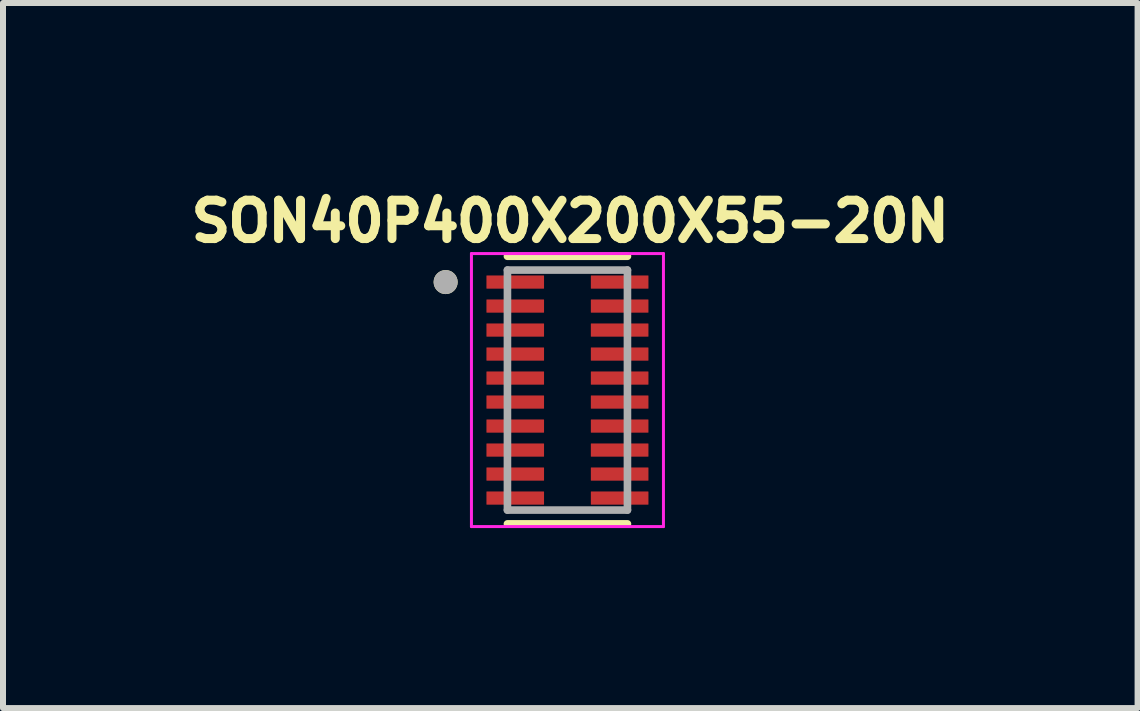
<source format=kicad_pcb>
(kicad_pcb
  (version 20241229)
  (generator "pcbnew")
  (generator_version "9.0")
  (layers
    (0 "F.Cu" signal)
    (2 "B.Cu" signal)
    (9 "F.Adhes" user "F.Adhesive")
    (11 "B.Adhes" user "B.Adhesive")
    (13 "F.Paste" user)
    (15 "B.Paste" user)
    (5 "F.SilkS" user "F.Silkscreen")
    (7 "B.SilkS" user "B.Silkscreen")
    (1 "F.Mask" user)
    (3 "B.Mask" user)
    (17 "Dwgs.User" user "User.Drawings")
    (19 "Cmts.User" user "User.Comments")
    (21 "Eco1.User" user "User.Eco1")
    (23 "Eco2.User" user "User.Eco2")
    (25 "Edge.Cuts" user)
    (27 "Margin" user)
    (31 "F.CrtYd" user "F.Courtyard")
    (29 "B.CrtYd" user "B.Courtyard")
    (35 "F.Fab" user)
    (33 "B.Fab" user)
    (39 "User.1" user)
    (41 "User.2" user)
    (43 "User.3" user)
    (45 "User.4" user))
  (footprint "SON40P400X200X55-20N"
    (layer "F.Cu")
    (at 6.407 3.451)
    (property "Reference" "SON40P400X200X55-20N" (at 0.047 -2.813 0) (layer "F.SilkS") (effects (font (size 0.64 0.64) (thickness 0.15))))
    (attr through_hole)
    (fp_line (start -1 -2.23) (end 1 -2.23) (stroke (width 0.127) (type solid)) (layer "F.SilkS"))
    (fp_line (start -1 2.23) (end 1 2.23) (stroke (width 0.127) (type solid)) (layer "F.SilkS"))
    (fp_circle (center -2.03 -1.8) (end -1.93 -1.8) (stroke (width 0.2) (type solid)) (fill no) (layer "F.SilkS"))
    (fp_line (start -1.6 -2.275) (end -1.6 2.275) (stroke (width 0.05) (type solid)) (layer "F.CrtYd"))
    (fp_line (start -1.6 -2.275) (end 1.6 -2.275) (stroke (width 0.05) (type solid)) (layer "F.CrtYd"))
    (fp_line (start -1.6 2.275) (end 1.6 2.275) (stroke (width 0.05) (type solid)) (layer "F.CrtYd"))
    (fp_line (start 1.6 -2.275) (end 1.6 2.275) (stroke (width 0.05) (type solid)) (layer "F.CrtYd"))
    (fp_line (start -1 -2) (end -1 2) (stroke (width 0.127) (type solid)) (layer "F.Fab"))
    (fp_line (start -1 -2) (end 1 -2) (stroke (width 0.127) (type solid)) (layer "F.Fab"))
    (fp_line (start -1 2) (end 1 2) (stroke (width 0.127) (type solid)) (layer "F.Fab"))
    (fp_line (start 1 -2) (end 1 2) (stroke (width 0.127) (type solid)) (layer "F.Fab"))
    (fp_circle (center -2.03 -1.8) (end -1.93 -1.8) (stroke (width 0.2) (type solid)) (fill no) (layer "F.Fab"))
    (pad "1" smd roundrect (at -0.87 -1.8) (size 0.96 0.22) (layers "F.Cu" "F.Mask" "F.Paste") (roundrect_rratio 0.03))
    (pad "2" smd roundrect (at -0.87 -1.4) (size 0.96 0.22) (layers "F.Cu" "F.Mask" "F.Paste") (roundrect_rratio 0.03))
    (pad "3" smd roundrect (at -0.87 -1) (size 0.96 0.22) (layers "F.Cu" "F.Mask" "F.Paste") (roundrect_rratio 0.03))
    (pad "4" smd roundrect (at -0.87 -0.6) (size 0.96 0.22) (layers "F.Cu" "F.Mask" "F.Paste") (roundrect_rratio 0.03))
    (pad "5" smd roundrect (at -0.87 -0.2) (size 0.96 0.22) (layers "F.Cu" "F.Mask" "F.Paste") (roundrect_rratio 0.03))
    (pad "6" smd roundrect (at -0.87 0.2) (size 0.96 0.22) (layers "F.Cu" "F.Mask" "F.Paste") (roundrect_rratio 0.03))
    (pad "7" smd roundrect (at -0.87 0.6) (size 0.96 0.22) (layers "F.Cu" "F.Mask" "F.Paste") (roundrect_rratio 0.03))
    (pad "8" smd roundrect (at -0.87 1) (size 0.96 0.22) (layers "F.Cu" "F.Mask" "F.Paste") (roundrect_rratio 0.03))
    (pad "9" smd roundrect (at -0.87 1.4) (size 0.96 0.22) (layers "F.Cu" "F.Mask" "F.Paste") (roundrect_rratio 0.03))
    (pad "10" smd roundrect (at -0.87 1.8) (size 0.96 0.22) (layers "F.Cu" "F.Mask" "F.Paste") (roundrect_rratio 0.03))
    (pad "11" smd roundrect (at 0.87 1.8) (size 0.96 0.22) (layers "F.Cu" "F.Mask" "F.Paste") (roundrect_rratio 0.03))
    (pad "12" smd roundrect (at 0.87 1.4) (size 0.96 0.22) (layers "F.Cu" "F.Mask" "F.Paste") (roundrect_rratio 0.03))
    (pad "13" smd roundrect (at 0.87 1) (size 0.96 0.22) (layers "F.Cu" "F.Mask" "F.Paste") (roundrect_rratio 0.03))
    (pad "14" smd roundrect (at 0.87 0.6) (size 0.96 0.22) (layers "F.Cu" "F.Mask" "F.Paste") (roundrect_rratio 0.03))
    (pad "15" smd roundrect (at 0.87 0.2) (size 0.96 0.22) (layers "F.Cu" "F.Mask" "F.Paste") (roundrect_rratio 0.03))
    (pad "16" smd roundrect (at 0.87 -0.2) (size 0.96 0.22) (layers "F.Cu" "F.Mask" "F.Paste") (roundrect_rratio 0.03))
    (pad "17" smd roundrect (at 0.87 -0.6) (size 0.96 0.22) (layers "F.Cu" "F.Mask" "F.Paste") (roundrect_rratio 0.03))
    (pad "18" smd roundrect (at 0.87 -1) (size 0.96 0.22) (layers "F.Cu" "F.Mask" "F.Paste") (roundrect_rratio 0.03))
    (pad "19" smd roundrect (at 0.87 -1.4) (size 0.96 0.22) (layers "F.Cu" "F.Mask" "F.Paste") (roundrect_rratio 0.03))
    (pad "20" smd roundrect (at 0.87 -1.8) (size 0.96 0.22) (layers "F.Cu" "F.Mask" "F.Paste") (roundrect_rratio 0.03)))
  (gr_rect
    (start -3 -3)
    (end 15.909 8.751)
    (stroke (width 0.1) (type default))
    (fill no)
    (layer "Edge.Cuts")))
</source>
